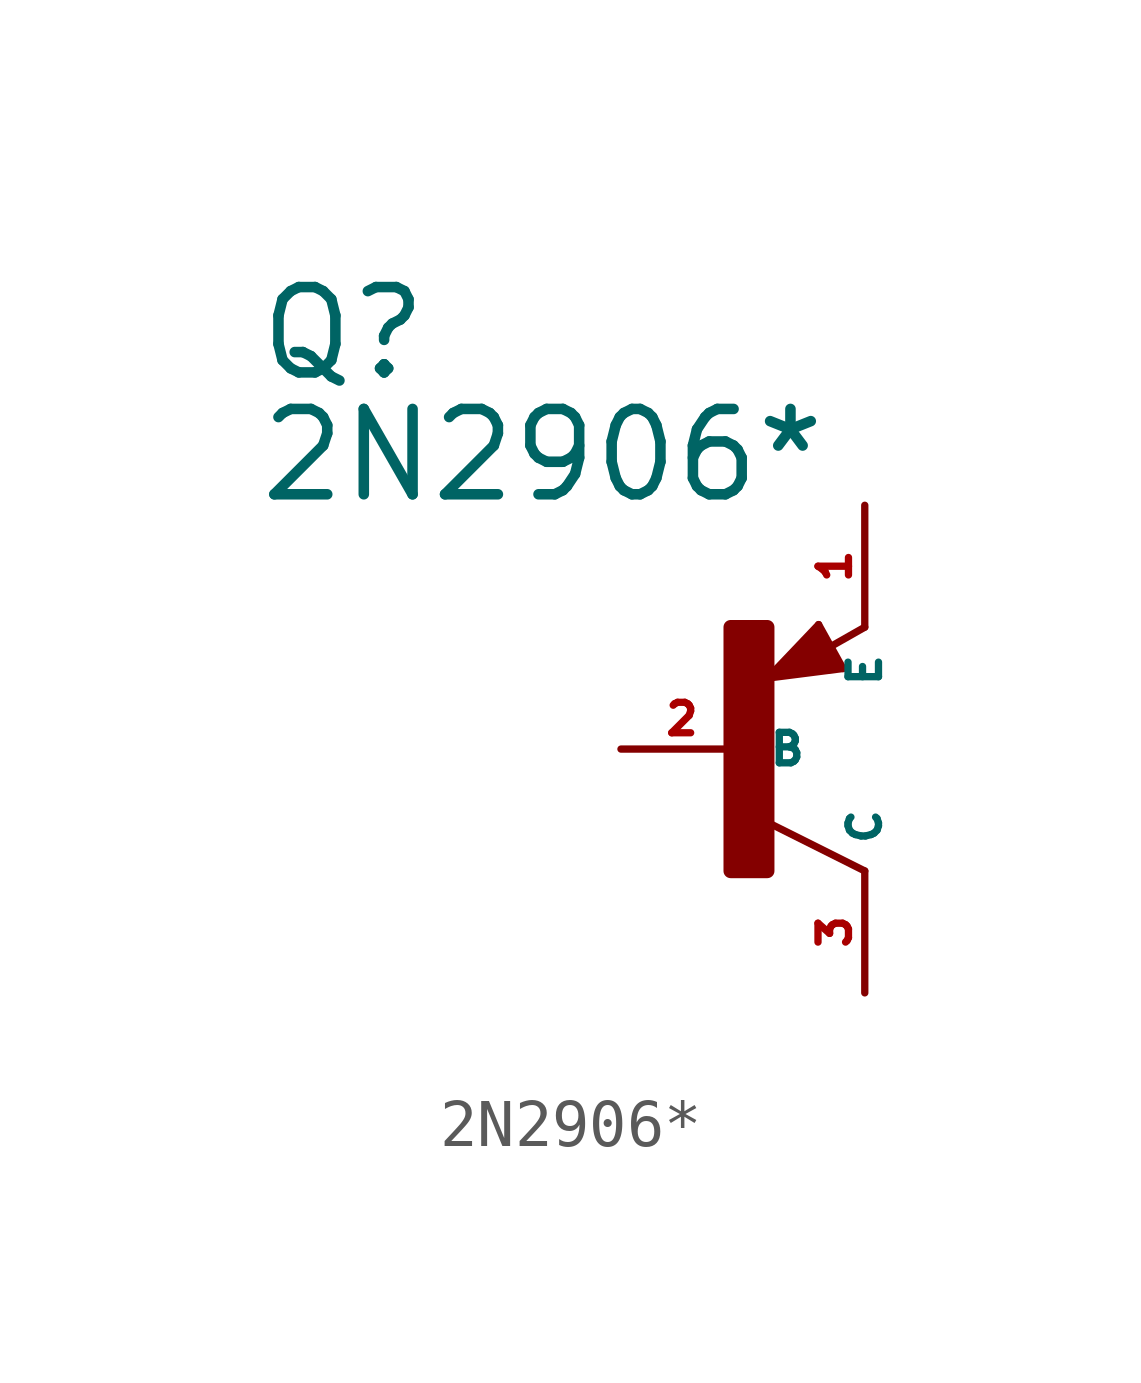
<source format=kicad_sym>
(kicad_symbol_lib
  (version 20220914)
  (generator Eagle2Kicad)
  (symbol "2N2906*"
    (property "Reference" "Q"
      (at -10.16 7.62 0)
      (effects (font (size 1.778 1.778) (thickness 0.22)) (justify left bottom)))
    (property "Value" "2N2906*"
      (at -10.16 5.08 0)
      (effects (font (size 1.778 1.778) (thickness 0.22)) (justify left bottom)))
    (polyline
      (pts (xy 2.086 1.678) (xy 1.578 2.594))
      (stroke (width 0.152) (type default))
      (fill (type none)))
    (polyline
      (pts (xy 1.578 2.594) (xy 0.516 1.478))
      (stroke (width 0.152) (type default))
      (fill (type none)))
    (polyline
      (pts (xy 0.516 1.478) (xy 2.086 1.678))
      (stroke (width 0.152) (type default))
      (fill (type none)))
    (polyline
      (pts (xy 2.54 2.54) (xy 1.808 2.124))
      (stroke (width 0.152) (type default))
      (fill (type none)))
    (polyline
      (pts (xy 2.54 -2.54) (xy 0.508 -1.524))
      (stroke (width 0.152) (type default))
      (fill (type none)))
    (polyline
      (pts (xy 1.905 1.778) (xy 1.524 2.413))
      (stroke (width 0.254) (type default))
      (fill (type none)))
    (polyline
      (pts (xy 1.524 2.413) (xy 0.762 1.651))
      (stroke (width 0.254) (type default))
      (fill (type none)))
    (polyline
      (pts (xy 0.762 1.651) (xy 1.778 1.778))
      (stroke (width 0.254) (type default))
      (fill (type none)))
    (polyline
      (pts (xy 1.778 1.778) (xy 1.524 2.159))
      (stroke (width 0.254) (type default))
      (fill (type none)))
    (polyline
      (pts (xy 1.524 2.159) (xy 1.143 1.905))
      (stroke (width 0.254) (type default))
      (fill (type none)))
    (polyline
      (pts (xy 1.143 1.905) (xy 1.524 1.905))
      (stroke (width 0.254) (type default))
      (fill (type none)))
    (rectangle
      (start -0.254 -2.54)
      (end 0.508 2.54)
      (stroke (width 0.3) (type default))
      (fill (type outline)))
    (pin passive line
      (at -2.54 0 0)
      (length 2.54)
      (name "B" (effects (font (size 0.635 0.635) (thickness 0.08)) (justify left bottom)))
      (number "2" (effects (font (size 0.635 0.635) (thickness 0.08)) (justify left bottom))))
    (pin passive line
      (at 2.54 5.08 270)
      (length 2.54)
      (name "E" (effects (font (size 0.635 0.635) (thickness 0.08)) (justify left bottom)))
      (number "1" (effects (font (size 0.635 0.635) (thickness 0.08)) (justify left bottom))))
    (pin passive line
      (at 2.54 -5.08 90)
      (length 2.54)
      (name "C" (effects (font (size 0.635 0.635) (thickness 0.08)) (justify left bottom)))
      (number "3" (effects (font (size 0.635 0.635) (thickness 0.08)) (justify left bottom))))))
</source>
